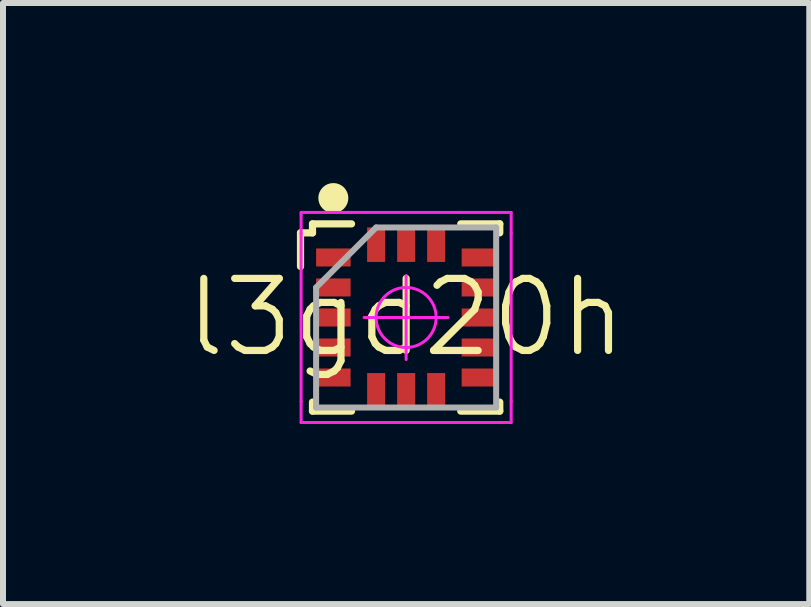
<source format=kicad_pcb>
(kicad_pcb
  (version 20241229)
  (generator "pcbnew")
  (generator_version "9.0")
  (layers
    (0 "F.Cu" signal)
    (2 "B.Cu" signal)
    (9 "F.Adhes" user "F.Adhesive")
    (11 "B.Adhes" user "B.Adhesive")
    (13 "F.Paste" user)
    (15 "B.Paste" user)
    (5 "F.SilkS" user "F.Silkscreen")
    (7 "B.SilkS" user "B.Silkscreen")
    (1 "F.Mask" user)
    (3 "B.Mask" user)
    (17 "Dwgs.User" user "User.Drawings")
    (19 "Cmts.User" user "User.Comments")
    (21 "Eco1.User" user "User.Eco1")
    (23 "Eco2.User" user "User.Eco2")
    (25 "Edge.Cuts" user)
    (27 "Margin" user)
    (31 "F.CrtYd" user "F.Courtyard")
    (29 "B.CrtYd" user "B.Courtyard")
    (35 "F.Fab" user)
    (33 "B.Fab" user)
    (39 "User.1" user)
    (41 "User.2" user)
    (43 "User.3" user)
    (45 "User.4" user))
  (footprint "l3gd20h"
    (layer "F.Cu")
    (at 3.717 2.24)
    (property "Reference" "l3gd20h" (at 0 0 0) (layer "F.SilkS") (effects (font (size 1.2 1.2) (thickness 0.12))))
    (attr smd)
    (fp_line (start -1.76 -1.41) (end -1.76 -0.85) (stroke (width 0.12) (type solid)) (layer "F.SilkS"))
    (fp_line (start -1.56 -1.56) (end -1.56 -1.41) (stroke (width 0.12) (type solid)) (layer "F.SilkS"))
    (fp_line (start -1.56 -1.56) (end -0.91 -1.56) (stroke (width 0.12) (type solid)) (layer "F.SilkS"))
    (fp_line (start -1.56 -1.41) (end -1.76 -1.41) (stroke (width 0.12) (type solid)) (layer "F.SilkS"))
    (fp_line (start -1.56 1.41) (end -1.56 1.56) (stroke (width 0.12) (type solid)) (layer "F.SilkS"))
    (fp_line (start -1.56 1.56) (end -0.91 1.56) (stroke (width 0.12) (type solid)) (layer "F.SilkS"))
    (fp_line (start 0.91 -1.56) (end 1.56 -1.56) (stroke (width 0.12) (type solid)) (layer "F.SilkS"))
    (fp_line (start 0.91 1.56) (end 1.56 1.56) (stroke (width 0.12) (type solid)) (layer "F.SilkS"))
    (fp_line (start 1.56 -1.56) (end 1.56 -1.41) (stroke (width 0.12) (type solid)) (layer "F.SilkS"))
    (fp_line (start 1.56 1.41) (end 1.56 1.56) (stroke (width 0.12) (type solid)) (layer "F.SilkS"))
    (fp_circle (center -1.213 -1.99) (end -1.213 -1.865) (stroke (width 0.25) (type solid)) (fill no) (layer "F.SilkS"))
    (fp_line (start -1.75 -1.75) (end -0.9 -1.75) (stroke (width 0.05) (type solid)) (layer "F.CrtYd"))
    (fp_line (start -1.75 -1.4) (end -1.75 -1.75) (stroke (width 0.05) (type solid)) (layer "F.CrtYd"))
    (fp_line (start -1.75 1.4) (end -1.75 -1.4) (stroke (width 0.05) (type solid)) (layer "F.CrtYd"))
    (fp_line (start -1.75 1.75) (end -1.75 1.4) (stroke (width 0.05) (type solid)) (layer "F.CrtYd"))
    (fp_line (start -0.9 -1.75) (end 0.9 -1.75) (stroke (width 0.05) (type solid)) (layer "F.CrtYd"))
    (fp_line (start -0.9 1.75) (end -1.75 1.75) (stroke (width 0.05) (type solid)) (layer "F.CrtYd"))
    (fp_line (start -0.7 0) (end 0.7 0) (stroke (width 0.05) (type solid)) (layer "F.CrtYd"))
    (fp_line (start 0 -0.7) (end 0 0.7) (stroke (width 0.05) (type solid)) (layer "F.CrtYd"))
    (fp_line (start 0.9 -1.75) (end 1.75 -1.75) (stroke (width 0.05) (type solid)) (layer "F.CrtYd"))
    (fp_line (start 0.9 1.75) (end -0.9 1.75) (stroke (width 0.05) (type solid)) (layer "F.CrtYd"))
    (fp_line (start 1.75 -1.75) (end 1.75 -1.4) (stroke (width 0.05) (type solid)) (layer "F.CrtYd"))
    (fp_line (start 1.75 -1.4) (end 1.75 1.4) (stroke (width 0.05) (type solid)) (layer "F.CrtYd"))
    (fp_line (start 1.75 1.4) (end 1.75 1.75) (stroke (width 0.05) (type solid)) (layer "F.CrtYd"))
    (fp_line (start 1.75 1.75) (end 0.9 1.75) (stroke (width 0.05) (type solid)) (layer "F.CrtYd"))
    (fp_circle (center 0 0) (end 0 0.5) (stroke (width 0.05) (type solid)) (fill no) (layer "F.CrtYd"))
    (fp_line (start -1.5 -0.5) (end -0.5 -1.5) (stroke (width 0.1) (type solid)) (layer "F.Fab"))
    (fp_line (start -1.5 1.5) (end -1.5 -0.5) (stroke (width 0.1) (type solid)) (layer "F.Fab"))
    (fp_line (start -0.5 -1.5) (end 1.5 -1.5) (stroke (width 0.1) (type solid)) (layer "F.Fab"))
    (fp_line (start 1.5 -1.5) (end 1.5 1.5) (stroke (width 0.1) (type solid)) (layer "F.Fab"))
    (fp_line (start 1.5 1.5) (end -1.5 1.5) (stroke (width 0.1) (type solid)) (layer "F.Fab"))
    (pad "1" smd rect (at -1.213 -1) (size 0.575 0.3) (layers "F.Cu" "F.Mask" "F.Paste"))
    (pad "2" smd rect (at -1.213 -0.5) (size 0.575 0.3) (layers "F.Cu" "F.Mask" "F.Paste"))
    (pad "3" smd rect (at -1.213 0) (size 0.575 0.3) (layers "F.Cu" "F.Mask" "F.Paste"))
    (pad "4" smd rect (at -1.213 0.5) (size 0.575 0.3) (layers "F.Cu" "F.Mask" "F.Paste"))
    (pad "5" smd rect (at -1.213 1) (size 0.575 0.3) (layers "F.Cu" "F.Mask" "F.Paste"))
    (pad "6" smd rect (at -0.5 1.213) (size 0.3 0.575) (layers "F.Cu" "F.Mask" "F.Paste"))
    (pad "7" smd rect (at 0 1.213) (size 0.3 0.575) (layers "F.Cu" "F.Mask" "F.Paste"))
    (pad "8" smd rect (at 0.5 1.213) (size 0.3 0.575) (layers "F.Cu" "F.Mask" "F.Paste"))
    (pad "9" smd rect (at 1.213 1) (size 0.575 0.3) (layers "F.Cu" "F.Mask" "F.Paste"))
    (pad "10" smd rect (at 1.213 0.5) (size 0.575 0.3) (layers "F.Cu" "F.Mask" "F.Paste"))
    (pad "11" smd rect (at 1.213 0) (size 0.575 0.3) (layers "F.Cu" "F.Mask" "F.Paste"))
    (pad "12" smd rect (at 1.213 -0.5) (size 0.575 0.3) (layers "F.Cu" "F.Mask" "F.Paste"))
    (pad "13" smd rect (at 1.213 -1) (size 0.575 0.3) (layers "F.Cu" "F.Mask" "F.Paste"))
    (pad "14" smd rect (at 0.5 -1.213) (size 0.3 0.575) (layers "F.Cu" "F.Mask" "F.Paste"))
    (pad "15" smd rect (at 0 -1.213) (size 0.3 0.575) (layers "F.Cu" "F.Mask" "F.Paste"))
    (pad "16" smd rect (at -0.5 -1.213) (size 0.3 0.575) (layers "F.Cu" "F.Mask" "F.Paste")))
  (gr_rect
    (start -3 -3)
    (end 10.434 7.015)
    (stroke (width 0.1) (type default))
    (fill no)
    (layer "Edge.Cuts")))
</source>
